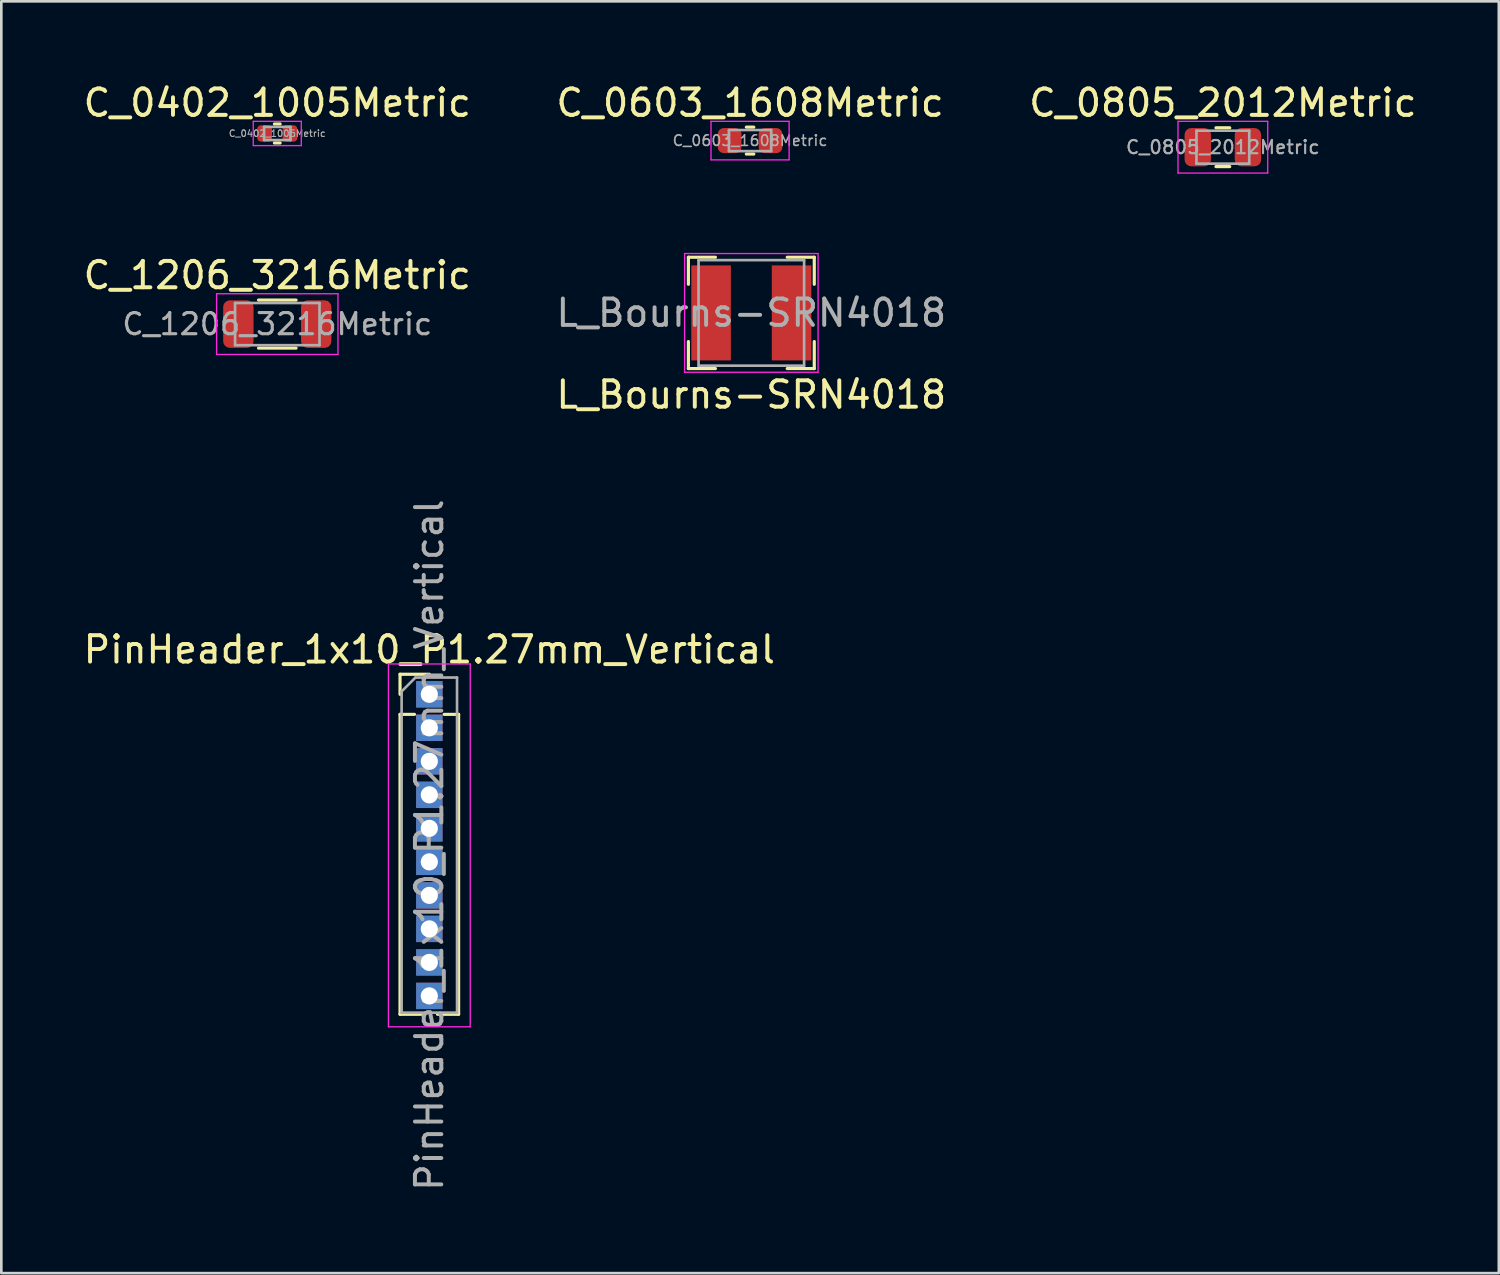
<source format=kicad_pcb>
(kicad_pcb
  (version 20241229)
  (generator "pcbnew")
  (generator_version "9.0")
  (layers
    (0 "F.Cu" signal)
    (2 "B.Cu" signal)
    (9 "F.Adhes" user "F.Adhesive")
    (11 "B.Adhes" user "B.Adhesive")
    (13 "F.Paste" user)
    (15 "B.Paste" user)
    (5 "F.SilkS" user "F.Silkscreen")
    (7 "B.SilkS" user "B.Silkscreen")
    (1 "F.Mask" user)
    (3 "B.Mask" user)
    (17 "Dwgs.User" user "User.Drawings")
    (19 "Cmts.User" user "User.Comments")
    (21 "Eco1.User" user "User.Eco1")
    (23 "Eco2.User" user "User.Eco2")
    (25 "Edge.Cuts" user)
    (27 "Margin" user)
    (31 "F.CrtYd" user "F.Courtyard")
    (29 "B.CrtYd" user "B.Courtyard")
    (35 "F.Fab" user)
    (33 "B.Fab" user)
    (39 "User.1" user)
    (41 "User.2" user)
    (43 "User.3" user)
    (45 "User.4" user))
  (footprint "C_0603_1608Metric"
    (layer "F.Cu")
    (at 25.375 2.278)
    (property "Reference" "C_0603_1608Metric" (at 0 -1.43 0) (layer "F.SilkS") (effects (font (size 1 1) (thickness 0.15))))
    (attr smd)
    (fp_line (start -0.141 -0.51) (end 0.141 -0.51) (stroke (width 0.12) (type solid)) (layer "F.SilkS"))
    (fp_line (start -0.141 0.51) (end 0.141 0.51) (stroke (width 0.12) (type solid)) (layer "F.SilkS"))
    (fp_line (start -1.48 -0.73) (end 1.48 -0.73) (stroke (width 0.05) (type solid)) (layer "F.CrtYd"))
    (fp_line (start -1.48 0.73) (end -1.48 -0.73) (stroke (width 0.05) (type solid)) (layer "F.CrtYd"))
    (fp_line (start 1.48 -0.73) (end 1.48 0.73) (stroke (width 0.05) (type solid)) (layer "F.CrtYd"))
    (fp_line (start 1.48 0.73) (end -1.48 0.73) (stroke (width 0.05) (type solid)) (layer "F.CrtYd"))
    (fp_line (start -0.8 -0.4) (end 0.8 -0.4) (stroke (width 0.1) (type solid)) (layer "F.Fab"))
    (fp_line (start -0.8 0.4) (end -0.8 -0.4) (stroke (width 0.1) (type solid)) (layer "F.Fab"))
    (fp_line (start 0.8 -0.4) (end 0.8 0.4) (stroke (width 0.1) (type solid)) (layer "F.Fab"))
    (fp_line (start 0.8 0.4) (end -0.8 0.4) (stroke (width 0.1) (type solid)) (layer "F.Fab"))
    (fp_text user "${REFERENCE}" (at 0 0 0) (layer "F.Fab") (effects (font (size 0.4 0.4) (thickness 0.06))))
    (pad "1" smd roundrect (at -0.775 0) (size 0.9 0.95) (layers "F.Cu" "F.Mask" "F.Paste") (roundrect_rratio 0.25))
    (pad "2" smd roundrect (at 0.775 0) (size 0.9 0.95) (layers "F.Cu" "F.Mask" "F.Paste") (roundrect_rratio 0.25)))
  (footprint "C_0402_1005Metric"
    (layer "F.Cu")
    (at 7.458 2.008)
    (property "Reference" "C_0402_1005Metric" (at 0 -1.16 0) (layer "F.SilkS") (effects (font (size 1 1) (thickness 0.15))))
    (attr smd)
    (fp_line (start -0.108 -0.36) (end 0.108 -0.36) (stroke (width 0.12) (type solid)) (layer "F.SilkS"))
    (fp_line (start -0.108 0.36) (end 0.108 0.36) (stroke (width 0.12) (type solid)) (layer "F.SilkS"))
    (fp_line (start -0.91 -0.46) (end 0.91 -0.46) (stroke (width 0.05) (type solid)) (layer "F.CrtYd"))
    (fp_line (start -0.91 0.46) (end -0.91 -0.46) (stroke (width 0.05) (type solid)) (layer "F.CrtYd"))
    (fp_line (start 0.91 -0.46) (end 0.91 0.46) (stroke (width 0.05) (type solid)) (layer "F.CrtYd"))
    (fp_line (start 0.91 0.46) (end -0.91 0.46) (stroke (width 0.05) (type solid)) (layer "F.CrtYd"))
    (fp_line (start -0.5 -0.25) (end 0.5 -0.25) (stroke (width 0.1) (type solid)) (layer "F.Fab"))
    (fp_line (start -0.5 0.25) (end -0.5 -0.25) (stroke (width 0.1) (type solid)) (layer "F.Fab"))
    (fp_line (start 0.5 -0.25) (end 0.5 0.25) (stroke (width 0.1) (type solid)) (layer "F.Fab"))
    (fp_line (start 0.5 0.25) (end -0.5 0.25) (stroke (width 0.1) (type solid)) (layer "F.Fab"))
    (fp_text user "${REFERENCE}" (at 0 0 0) (layer "F.Fab") (effects (font (size 0.25 0.25) (thickness 0.04))))
    (pad "1" smd roundrect (at -0.48 0) (size 0.56 0.62) (layers "F.Cu" "F.Mask" "F.Paste") (roundrect_rratio 0.25))
    (pad "2" smd roundrect (at 0.48 0) (size 0.56 0.62) (layers "F.Cu" "F.Mask" "F.Paste") (roundrect_rratio 0.25)))
  (footprint "C_1206_3216Metric"
    (layer "F.Cu")
    (at 7.458 9.232)
    (property "Reference" "C_1206_3216Metric" (at 0 -1.85 0) (layer "F.SilkS") (effects (font (size 1 1) (thickness 0.15))))
    (attr smd)
    (fp_line (start -0.711 -0.91) (end 0.711 -0.91) (stroke (width 0.12) (type solid)) (layer "F.SilkS"))
    (fp_line (start -0.711 0.91) (end 0.711 0.91) (stroke (width 0.12) (type solid)) (layer "F.SilkS"))
    (fp_line (start -2.3 -1.15) (end 2.3 -1.15) (stroke (width 0.05) (type solid)) (layer "F.CrtYd"))
    (fp_line (start -2.3 1.15) (end -2.3 -1.15) (stroke (width 0.05) (type solid)) (layer "F.CrtYd"))
    (fp_line (start 2.3 -1.15) (end 2.3 1.15) (stroke (width 0.05) (type solid)) (layer "F.CrtYd"))
    (fp_line (start 2.3 1.15) (end -2.3 1.15) (stroke (width 0.05) (type solid)) (layer "F.CrtYd"))
    (fp_line (start -1.6 -0.8) (end 1.6 -0.8) (stroke (width 0.1) (type solid)) (layer "F.Fab"))
    (fp_line (start -1.6 0.8) (end -1.6 -0.8) (stroke (width 0.1) (type solid)) (layer "F.Fab"))
    (fp_line (start 1.6 -0.8) (end 1.6 0.8) (stroke (width 0.1) (type solid)) (layer "F.Fab"))
    (fp_line (start 1.6 0.8) (end -1.6 0.8) (stroke (width 0.1) (type solid)) (layer "F.Fab"))
    (fp_text user "${REFERENCE}" (at 0 0 0) (layer "F.Fab") (effects (font (size 0.8 0.8) (thickness 0.12))))
    (pad "1" smd roundrect (at -1.475 0) (size 1.15 1.8) (layers "F.Cu" "F.Mask" "F.Paste") (roundrect_rratio 0.217))
    (pad "2" smd roundrect (at 1.475 0) (size 1.15 1.8) (layers "F.Cu" "F.Mask" "F.Paste") (roundrect_rratio 0.217)))
  (footprint "PinHeader_1x10_P1.27mm_Vertical"
    (layer "F.Cu")
    (at 13.22 23.262)
    (property "Reference" "PinHeader_1x10_P1.27mm_Vertical" (at 0 -1.695 0) (layer "F.SilkS") (effects (font (size 1 1) (thickness 0.15))))
    (attr through_hole)
    (fp_line (start -1.11 -0.76) (end 0 -0.76) (stroke (width 0.12) (type solid)) (layer "F.SilkS"))
    (fp_line (start -1.11 0) (end -1.11 -0.76) (stroke (width 0.12) (type solid)) (layer "F.SilkS"))
    (fp_line (start -1.11 0.76) (end -1.11 12.125) (stroke (width 0.12) (type solid)) (layer "F.SilkS"))
    (fp_line (start -1.11 0.76) (end -0.563 0.76) (stroke (width 0.12) (type solid)) (layer "F.SilkS"))
    (fp_line (start -1.11 12.125) (end -0.308 12.125) (stroke (width 0.12) (type solid)) (layer "F.SilkS"))
    (fp_line (start 0.308 12.125) (end 1.11 12.125) (stroke (width 0.12) (type solid)) (layer "F.SilkS"))
    (fp_line (start 0.563 0.76) (end 1.11 0.76) (stroke (width 0.12) (type solid)) (layer "F.SilkS"))
    (fp_line (start 1.11 0.76) (end 1.11 12.125) (stroke (width 0.12) (type solid)) (layer "F.SilkS"))
    (fp_line (start -1.55 -1.15) (end -1.55 12.6) (stroke (width 0.05) (type solid)) (layer "F.CrtYd"))
    (fp_line (start -1.55 12.6) (end 1.55 12.6) (stroke (width 0.05) (type solid)) (layer "F.CrtYd"))
    (fp_line (start 1.55 -1.15) (end -1.55 -1.15) (stroke (width 0.05) (type solid)) (layer "F.CrtYd"))
    (fp_line (start 1.55 12.6) (end 1.55 -1.15) (stroke (width 0.05) (type solid)) (layer "F.CrtYd"))
    (fp_line (start -1.05 -0.11) (end -0.525 -0.635) (stroke (width 0.1) (type solid)) (layer "F.Fab"))
    (fp_line (start -1.05 12.065) (end -1.05 -0.11) (stroke (width 0.1) (type solid)) (layer "F.Fab"))
    (fp_line (start -0.525 -0.635) (end 1.05 -0.635) (stroke (width 0.1) (type solid)) (layer "F.Fab"))
    (fp_line (start 1.05 -0.635) (end 1.05 12.065) (stroke (width 0.1) (type solid)) (layer "F.Fab"))
    (fp_line (start 1.05 12.065) (end -1.05 12.065) (stroke (width 0.1) (type solid)) (layer "F.Fab"))
    (fp_text user "${REFERENCE}" (at 0 5.715 90) (layer "F.Fab") (effects (font (size 1 1) (thickness 0.15))))
    (pad "1" thru_hole rect (at 0 0 180) (size 1 1) (drill 0.65) (layers "*.Cu" "*.Mask"))
    (pad "2" thru_hole rect (at 0 1.27 180) (size 1 1) (drill 0.65) (layers "*.Cu" "*.Mask"))
    (pad "3" thru_hole rect (at 0 2.54 180) (size 1 1) (drill 0.65) (layers "*.Cu" "*.Mask"))
    (pad "4" thru_hole rect (at 0 3.81 180) (size 1 1) (drill 0.65) (layers "*.Cu" "*.Mask"))
    (pad "5" thru_hole rect (at 0 5.08 180) (size 1 1) (drill 0.65) (layers "*.Cu" "*.Mask"))
    (pad "6" thru_hole rect (at 0 6.35 180) (size 1 1) (drill 0.65) (layers "*.Cu" "*.Mask"))
    (pad "7" thru_hole rect (at 0 7.62 180) (size 1 1) (drill 0.65) (layers "*.Cu" "*.Mask"))
    (pad "8" thru_hole rect (at 0 8.89 180) (size 1 1) (drill 0.65) (layers "*.Cu" "*.Mask"))
    (pad "9" thru_hole rect (at 0 10.16 180) (size 1 1) (drill 0.65) (layers "*.Cu" "*.Mask"))
    (pad "10" thru_hole rect (at 0 11.43 180) (size 1 1) (drill 0.65) (layers "*.Cu" "*.Mask")))
  (footprint "C_0805_2012Metric"
    (layer "F.Cu")
    (at 43.292 2.528)
    (property "Reference" "C_0805_2012Metric" (at 0 -1.68 180) (layer "F.SilkS") (effects (font (size 1 1) (thickness 0.15))))
    (attr smd)
    (fp_line (start -0.261 -0.735) (end 0.261 -0.735) (stroke (width 0.12) (type solid)) (layer "F.SilkS"))
    (fp_line (start -0.261 0.735) (end 0.261 0.735) (stroke (width 0.12) (type solid)) (layer "F.SilkS"))
    (fp_line (start -1.7 -0.98) (end 1.7 -0.98) (stroke (width 0.05) (type solid)) (layer "F.CrtYd"))
    (fp_line (start -1.7 0.98) (end -1.7 -0.98) (stroke (width 0.05) (type solid)) (layer "F.CrtYd"))
    (fp_line (start 1.7 -0.98) (end 1.7 0.98) (stroke (width 0.05) (type solid)) (layer "F.CrtYd"))
    (fp_line (start 1.7 0.98) (end -1.7 0.98) (stroke (width 0.05) (type solid)) (layer "F.CrtYd"))
    (fp_line (start -1 -0.625) (end 1 -0.625) (stroke (width 0.1) (type solid)) (layer "F.Fab"))
    (fp_line (start -1 0.625) (end -1 -0.625) (stroke (width 0.1) (type solid)) (layer "F.Fab"))
    (fp_line (start 1 -0.625) (end 1 0.625) (stroke (width 0.1) (type solid)) (layer "F.Fab"))
    (fp_line (start 1 0.625) (end -1 0.625) (stroke (width 0.1) (type solid)) (layer "F.Fab"))
    (fp_text user "${REFERENCE}" (at 0 0 180) (layer "F.Fab") (effects (font (size 0.5 0.5) (thickness 0.08))))
    (pad "1" smd roundrect (at -0.95 0) (size 1 1.45) (layers "F.Cu" "F.Mask" "F.Paste") (roundrect_rratio 0.25))
    (pad "2" smd roundrect (at 0.95 0) (size 1 1.45) (layers "F.Cu" "F.Mask" "F.Paste") (roundrect_rratio 0.25)))
  (footprint "L_Bourns-SRN4018"
    (layer "F.Cu")
    (at 25.423 8.808)
    (property "Reference" "L_Bourns-SRN4018" (at 0 3.1 180) (layer "F.SilkS") (effects (font (size 1 1) (thickness 0.15))))
    (attr smd)
    (fp_line (start -2.385 -2.11) (end -2.385 -1.085) (stroke (width 0.12) (type solid)) (layer "F.SilkS"))
    (fp_line (start -2.385 -2.11) (end -1.36 -2.11) (stroke (width 0.12) (type solid)) (layer "F.SilkS"))
    (fp_line (start -2.385 2.11) (end -2.385 1.085) (stroke (width 0.12) (type solid)) (layer "F.SilkS"))
    (fp_line (start -2.385 2.11) (end -1.36 2.11) (stroke (width 0.12) (type solid)) (layer "F.SilkS"))
    (fp_line (start 2.385 -2.11) (end 1.36 -2.11) (stroke (width 0.12) (type solid)) (layer "F.SilkS"))
    (fp_line (start 2.385 -2.11) (end 2.385 -1.085) (stroke (width 0.12) (type solid)) (layer "F.SilkS"))
    (fp_line (start 2.385 2.11) (end 1.36 2.11) (stroke (width 0.12) (type solid)) (layer "F.SilkS"))
    (fp_line (start 2.385 2.11) (end 2.385 1.085) (stroke (width 0.12) (type solid)) (layer "F.SilkS"))
    (fp_line (start -2.53 -2.25) (end -2.53 2.25) (stroke (width 0.05) (type solid)) (layer "F.CrtYd"))
    (fp_line (start -2.53 -2.25) (end 2.53 -2.25) (stroke (width 0.05) (type solid)) (layer "F.CrtYd"))
    (fp_line (start -2.53 2.25) (end 2.53 2.25) (stroke (width 0.05) (type solid)) (layer "F.CrtYd"))
    (fp_line (start 2.53 -2.25) (end 2.53 2.25) (stroke (width 0.05) (type solid)) (layer "F.CrtYd"))
    (fp_line (start -2 -2) (end -2 2) (stroke (width 0.1) (type solid)) (layer "F.Fab"))
    (fp_line (start -2 -2) (end 2 -2) (stroke (width 0.1) (type solid)) (layer "F.Fab"))
    (fp_line (start 2 -2) (end 2 2) (stroke (width 0.1) (type solid)) (layer "F.Fab"))
    (fp_line (start 2 2) (end -2 2) (stroke (width 0.1) (type solid)) (layer "F.Fab"))
    (fp_text user "${REFERENCE}" (at 0 0 180) (layer "F.Fab") (effects (font (size 1 1) (thickness 0.15))))
    (pad "1" smd rect (at -1.525 0) (size 1.5 3.6) (layers "F.Cu" "F.Mask" "F.Paste"))
    (pad "2" smd rect (at 1.525 0) (size 1.5 3.6) (layers "F.Cu" "F.Mask" "F.Paste")))
  (gr_rect
    (start -3 -3)
    (end 53.75 45.197)
    (stroke (width 0.1) (type default))
    (fill no)
    (layer "Edge.Cuts")))
</source>
